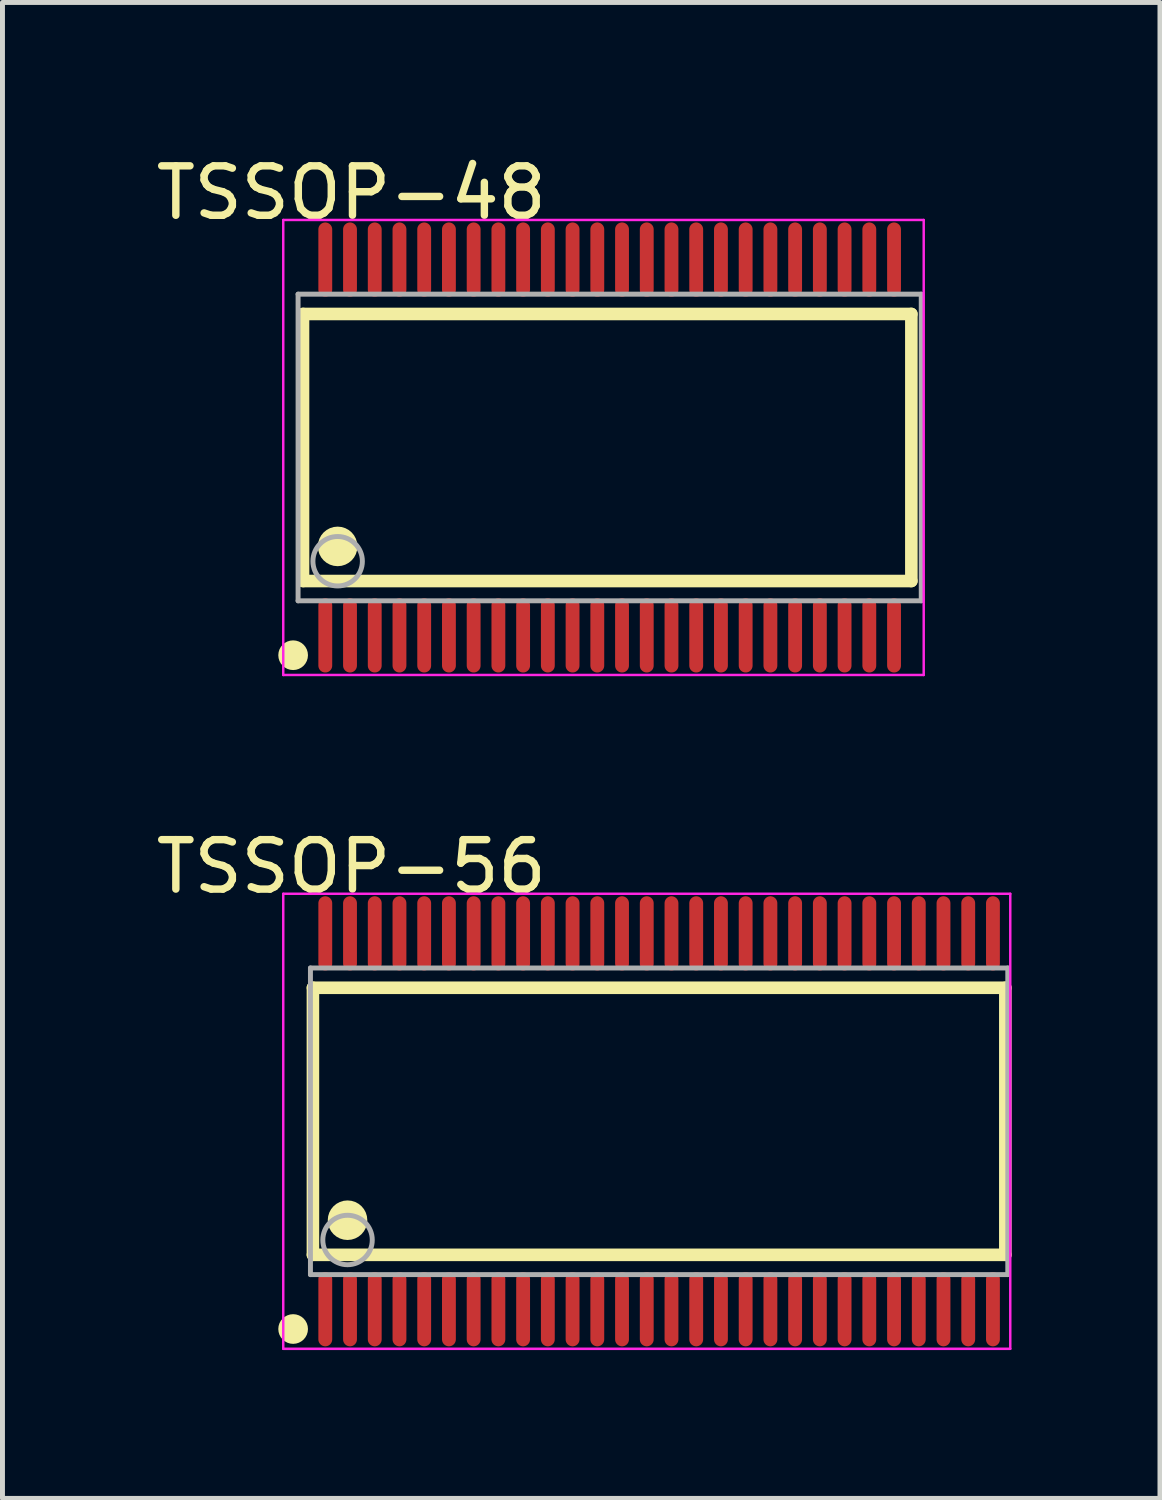
<source format=kicad_pcb>
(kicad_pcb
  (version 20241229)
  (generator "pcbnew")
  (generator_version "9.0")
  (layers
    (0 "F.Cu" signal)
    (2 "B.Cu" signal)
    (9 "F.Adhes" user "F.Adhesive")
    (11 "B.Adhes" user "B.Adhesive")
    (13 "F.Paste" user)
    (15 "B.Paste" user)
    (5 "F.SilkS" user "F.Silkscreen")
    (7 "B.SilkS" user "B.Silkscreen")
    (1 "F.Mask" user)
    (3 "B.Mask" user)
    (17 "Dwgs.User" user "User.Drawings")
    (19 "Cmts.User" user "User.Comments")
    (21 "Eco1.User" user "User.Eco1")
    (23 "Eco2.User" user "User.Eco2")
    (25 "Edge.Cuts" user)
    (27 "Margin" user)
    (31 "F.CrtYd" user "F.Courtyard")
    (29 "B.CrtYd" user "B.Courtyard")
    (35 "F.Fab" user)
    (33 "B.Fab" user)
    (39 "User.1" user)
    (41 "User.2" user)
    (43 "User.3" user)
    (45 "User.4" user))
  (footprint "TSSOP-48"
    (layer "F.Cu")
    (at 9.277 5.998)
    (property "Reference" "TSSOP-48" (at -5.224 -5.15 0) (layer "F.SilkS") (effects (font (size 1 1) (thickness 0.15))))
    (attr through_hole)
    (fp_line (start -6.2 -2.7) (end 6.1 -2.7) (stroke (width 0.254) (type solid)) (layer "F.SilkS"))
    (fp_line (start -6.2 2.7) (end -6.2 -2.7) (stroke (width 0.254) (type solid)) (layer "F.SilkS"))
    (fp_line (start -6.2 2.7) (end 6.1 2.7) (stroke (width 0.254) (type solid)) (layer "F.SilkS"))
    (fp_line (start 6.1 2.7) (end 6.1 -2.7) (stroke (width 0.254) (type solid)) (layer "F.SilkS"))
    (fp_circle (center -6.4 4.2) (end -6.25 4.2) (stroke (width 0.3) (type solid)) (fill no) (layer "F.SilkS"))
    (fp_circle (center -5.5 2) (end -5.3 2) (stroke (width 0.4) (type solid)) (fill no) (layer "F.SilkS"))
    (fp_line (start -6.6 -4.6) (end 6.35 -4.6) (stroke (width 0.05) (type solid)) (layer "F.CrtYd"))
    (fp_line (start -6.6 4.6) (end -6.6 -4.6) (stroke (width 0.05) (type solid)) (layer "F.CrtYd"))
    (fp_line (start 6.35 -4.6) (end 6.35 4.6) (stroke (width 0.05) (type solid)) (layer "F.CrtYd"))
    (fp_line (start 6.35 4.6) (end -6.6 4.6) (stroke (width 0.05) (type solid)) (layer "F.CrtYd"))
    (fp_line (start -6.3 -3.1) (end 6.3 -3.1) (stroke (width 0.1) (type solid)) (layer "F.Fab"))
    (fp_line (start -6.3 3.1) (end -6.3 -3.1) (stroke (width 0.1) (type solid)) (layer "F.Fab"))
    (fp_line (start -6.3 3.1) (end 6.3 3.1) (stroke (width 0.1) (type solid)) (layer "F.Fab"))
    (fp_line (start 6.3 3.1) (end 6.3 -3.1) (stroke (width 0.1) (type solid)) (layer "F.Fab"))
    (fp_circle (center -5.5 2.3) (end -5 2.3) (stroke (width 0.1) (type solid)) (fill no) (layer "F.Fab"))
    (pad "1" smd oval (at -5.75 3.8) (size 0.28 1.5) (layers "F.Cu" "F.Mask" "F.Paste"))
    (pad "2" smd oval (at -5.25 3.8) (size 0.28 1.5) (layers "F.Cu" "F.Mask" "F.Paste"))
    (pad "3" smd oval (at -4.75 3.8) (size 0.28 1.5) (layers "F.Cu" "F.Mask" "F.Paste"))
    (pad "4" smd oval (at -4.25 3.8) (size 0.28 1.5) (layers "F.Cu" "F.Mask" "F.Paste"))
    (pad "5" smd oval (at -3.75 3.8) (size 0.28 1.5) (layers "F.Cu" "F.Mask" "F.Paste"))
    (pad "6" smd oval (at -3.25 3.8) (size 0.28 1.5) (layers "F.Cu" "F.Mask" "F.Paste"))
    (pad "7" smd oval (at -2.75 3.8) (size 0.28 1.5) (layers "F.Cu" "F.Mask" "F.Paste"))
    (pad "8" smd oval (at -2.25 3.8) (size 0.28 1.5) (layers "F.Cu" "F.Mask" "F.Paste"))
    (pad "9" smd oval (at -1.75 3.8) (size 0.28 1.5) (layers "F.Cu" "F.Mask" "F.Paste"))
    (pad "10" smd oval (at -1.25 3.8) (size 0.28 1.5) (layers "F.Cu" "F.Mask" "F.Paste"))
    (pad "11" smd oval (at -0.75 3.8) (size 0.28 1.5) (layers "F.Cu" "F.Mask" "F.Paste"))
    (pad "12" smd oval (at -0.25 3.8) (size 0.28 1.5) (layers "F.Cu" "F.Mask" "F.Paste"))
    (pad "13" smd oval (at 0.25 3.8) (size 0.28 1.5) (layers "F.Cu" "F.Mask" "F.Paste"))
    (pad "14" smd oval (at 0.75 3.8) (size 0.28 1.5) (layers "F.Cu" "F.Mask" "F.Paste"))
    (pad "15" smd oval (at 1.25 3.8) (size 0.28 1.5) (layers "F.Cu" "F.Mask" "F.Paste"))
    (pad "16" smd oval (at 1.75 3.8) (size 0.28 1.5) (layers "F.Cu" "F.Mask" "F.Paste"))
    (pad "17" smd oval (at 2.25 3.8) (size 0.28 1.5) (layers "F.Cu" "F.Mask" "F.Paste"))
    (pad "18" smd oval (at 2.75 3.8) (size 0.28 1.5) (layers "F.Cu" "F.Mask" "F.Paste"))
    (pad "19" smd oval (at 3.25 3.8) (size 0.28 1.5) (layers "F.Cu" "F.Mask" "F.Paste"))
    (pad "20" smd oval (at 3.75 3.8) (size 0.28 1.5) (layers "F.Cu" "F.Mask" "F.Paste"))
    (pad "21" smd oval (at 4.25 3.8) (size 0.28 1.5) (layers "F.Cu" "F.Mask" "F.Paste"))
    (pad "22" smd oval (at 4.75 3.8) (size 0.28 1.5) (layers "F.Cu" "F.Mask" "F.Paste"))
    (pad "23" smd oval (at 5.25 3.8) (size 0.28 1.5) (layers "F.Cu" "F.Mask" "F.Paste"))
    (pad "24" smd oval (at 5.75 3.8) (size 0.28 1.5) (layers "F.Cu" "F.Mask" "F.Paste"))
    (pad "25" smd oval (at 5.75 -3.8) (size 0.28 1.5) (layers "F.Cu" "F.Mask" "F.Paste"))
    (pad "26" smd oval (at 5.25 -3.8) (size 0.28 1.5) (layers "F.Cu" "F.Mask" "F.Paste"))
    (pad "27" smd oval (at 4.75 -3.8) (size 0.28 1.5) (layers "F.Cu" "F.Mask" "F.Paste"))
    (pad "28" smd oval (at 4.25 -3.8) (size 0.28 1.5) (layers "F.Cu" "F.Mask" "F.Paste"))
    (pad "29" smd oval (at 3.75 -3.8) (size 0.28 1.5) (layers "F.Cu" "F.Mask" "F.Paste"))
    (pad "30" smd oval (at 3.25 -3.8) (size 0.28 1.5) (layers "F.Cu" "F.Mask" "F.Paste"))
    (pad "31" smd oval (at 2.75 -3.8) (size 0.28 1.5) (layers "F.Cu" "F.Mask" "F.Paste"))
    (pad "32" smd oval (at 2.25 -3.8) (size 0.28 1.5) (layers "F.Cu" "F.Mask" "F.Paste"))
    (pad "33" smd oval (at 1.75 -3.8) (size 0.28 1.5) (layers "F.Cu" "F.Mask" "F.Paste"))
    (pad "34" smd oval (at 1.25 -3.8) (size 0.28 1.5) (layers "F.Cu" "F.Mask" "F.Paste"))
    (pad "35" smd oval (at 0.75 -3.8) (size 0.28 1.5) (layers "F.Cu" "F.Mask" "F.Paste"))
    (pad "36" smd oval (at 0.25 -3.8) (size 0.28 1.5) (layers "F.Cu" "F.Mask" "F.Paste"))
    (pad "37" smd oval (at -0.25 -3.8) (size 0.28 1.5) (layers "F.Cu" "F.Mask" "F.Paste"))
    (pad "38" smd oval (at -0.75 -3.8) (size 0.28 1.5) (layers "F.Cu" "F.Mask" "F.Paste"))
    (pad "39" smd oval (at -1.25 -3.8) (size 0.28 1.5) (layers "F.Cu" "F.Mask" "F.Paste"))
    (pad "40" smd oval (at -1.75 -3.8) (size 0.28 1.5) (layers "F.Cu" "F.Mask" "F.Paste"))
    (pad "41" smd oval (at -2.25 -3.8) (size 0.28 1.5) (layers "F.Cu" "F.Mask" "F.Paste"))
    (pad "42" smd oval (at -2.75 -3.8) (size 0.28 1.5) (layers "F.Cu" "F.Mask" "F.Paste"))
    (pad "43" smd oval (at -3.25 -3.8) (size 0.28 1.5) (layers "F.Cu" "F.Mask" "F.Paste"))
    (pad "44" smd oval (at -3.75 -3.8) (size 0.28 1.5) (layers "F.Cu" "F.Mask" "F.Paste"))
    (pad "45" smd oval (at -4.25 -3.8) (size 0.28 1.5) (layers "F.Cu" "F.Mask" "F.Paste"))
    (pad "46" smd oval (at -4.75 -3.8) (size 0.28 1.5) (layers "F.Cu" "F.Mask" "F.Paste"))
    (pad "47" smd oval (at -5.25 -3.8) (size 0.28 1.5) (layers "F.Cu" "F.Mask" "F.Paste"))
    (pad "48" smd oval (at -5.75 -3.8) (size 0.28 1.5) (layers "F.Cu" "F.Mask" "F.Paste")))
  (footprint "TSSOP-56"
    (layer "F.Cu")
    (at 10.277 19.622)
    (property "Reference" "TSSOP-56" (at -6.224 -5.15 0) (layer "F.SilkS") (effects (font (size 1 1) (thickness 0.15))))
    (attr through_hole)
    (fp_line (start -7 -2.7) (end 7 -2.7) (stroke (width 0.254) (type solid)) (layer "F.SilkS"))
    (fp_line (start -7 2.7) (end -7 -2.7) (stroke (width 0.254) (type solid)) (layer "F.SilkS"))
    (fp_line (start -7 2.7) (end 7 2.7) (stroke (width 0.254) (type solid)) (layer "F.SilkS"))
    (fp_line (start 7 2.7) (end 7 -2.7) (stroke (width 0.254) (type solid)) (layer "F.SilkS"))
    (fp_circle (center -7.4 4.2) (end -7.25 4.2) (stroke (width 0.3) (type solid)) (fill no) (layer "F.SilkS"))
    (fp_circle (center -6.3 2) (end -6.1 2) (stroke (width 0.4) (type solid)) (fill no) (layer "F.SilkS"))
    (fp_line (start -7.6 -4.6) (end 7.1 -4.6) (stroke (width 0.05) (type solid)) (layer "F.CrtYd"))
    (fp_line (start -7.6 4.6) (end -7.6 -4.6) (stroke (width 0.05) (type solid)) (layer "F.CrtYd"))
    (fp_line (start 7.1 -4.6) (end 7.1 4.6) (stroke (width 0.05) (type solid)) (layer "F.CrtYd"))
    (fp_line (start 7.1 4.6) (end -7.6 4.6) (stroke (width 0.05) (type solid)) (layer "F.CrtYd"))
    (fp_line (start -7.05 -3.1) (end 7.05 -3.1) (stroke (width 0.1) (type solid)) (layer "F.Fab"))
    (fp_line (start -7.05 3.1) (end -7.05 -3.1) (stroke (width 0.1) (type solid)) (layer "F.Fab"))
    (fp_line (start -7.05 3.1) (end 7.05 3.1) (stroke (width 0.1) (type solid)) (layer "F.Fab"))
    (fp_line (start 7.05 3.1) (end 7.05 -3.1) (stroke (width 0.1) (type solid)) (layer "F.Fab"))
    (fp_circle (center -6.3 2.4) (end -5.8 2.4) (stroke (width 0.1) (type solid)) (fill no) (layer "F.Fab"))
    (pad "1" smd oval (at -6.75 3.8) (size 0.28 1.5) (layers "F.Cu" "F.Mask" "F.Paste"))
    (pad "2" smd oval (at -6.25 3.8) (size 0.28 1.5) (layers "F.Cu" "F.Mask" "F.Paste"))
    (pad "3" smd oval (at -5.75 3.8) (size 0.28 1.5) (layers "F.Cu" "F.Mask" "F.Paste"))
    (pad "4" smd oval (at -5.25 3.8) (size 0.28 1.5) (layers "F.Cu" "F.Mask" "F.Paste"))
    (pad "5" smd oval (at -4.75 3.8) (size 0.28 1.5) (layers "F.Cu" "F.Mask" "F.Paste"))
    (pad "6" smd oval (at -4.25 3.8) (size 0.28 1.5) (layers "F.Cu" "F.Mask" "F.Paste"))
    (pad "7" smd oval (at -3.75 3.8) (size 0.28 1.5) (layers "F.Cu" "F.Mask" "F.Paste"))
    (pad "8" smd oval (at -3.25 3.8) (size 0.28 1.5) (layers "F.Cu" "F.Mask" "F.Paste"))
    (pad "9" smd oval (at -2.75 3.8) (size 0.28 1.5) (layers "F.Cu" "F.Mask" "F.Paste"))
    (pad "10" smd oval (at -2.25 3.8) (size 0.28 1.5) (layers "F.Cu" "F.Mask" "F.Paste"))
    (pad "11" smd oval (at -1.75 3.8) (size 0.28 1.5) (layers "F.Cu" "F.Mask" "F.Paste"))
    (pad "12" smd oval (at -1.25 3.8) (size 0.28 1.5) (layers "F.Cu" "F.Mask" "F.Paste"))
    (pad "13" smd oval (at -0.75 3.8) (size 0.28 1.5) (layers "F.Cu" "F.Mask" "F.Paste"))
    (pad "14" smd oval (at -0.25 3.8) (size 0.28 1.5) (layers "F.Cu" "F.Mask" "F.Paste"))
    (pad "15" smd oval (at 0.25 3.8) (size 0.28 1.5) (layers "F.Cu" "F.Mask" "F.Paste"))
    (pad "16" smd oval (at 0.75 3.8) (size 0.28 1.5) (layers "F.Cu" "F.Mask" "F.Paste"))
    (pad "17" smd oval (at 1.25 3.8) (size 0.28 1.5) (layers "F.Cu" "F.Mask" "F.Paste"))
    (pad "18" smd oval (at 1.75 3.8) (size 0.28 1.5) (layers "F.Cu" "F.Mask" "F.Paste"))
    (pad "19" smd oval (at 2.25 3.8) (size 0.28 1.5) (layers "F.Cu" "F.Mask" "F.Paste"))
    (pad "20" smd oval (at 2.75 3.8) (size 0.28 1.5) (layers "F.Cu" "F.Mask" "F.Paste"))
    (pad "21" smd oval (at 3.25 3.8) (size 0.28 1.5) (layers "F.Cu" "F.Mask" "F.Paste"))
    (pad "22" smd oval (at 3.75 3.8) (size 0.28 1.5) (layers "F.Cu" "F.Mask" "F.Paste"))
    (pad "23" smd oval (at 4.25 3.8) (size 0.28 1.5) (layers "F.Cu" "F.Mask" "F.Paste"))
    (pad "24" smd oval (at 4.75 3.8) (size 0.28 1.5) (layers "F.Cu" "F.Mask" "F.Paste"))
    (pad "25" smd oval (at 5.25 3.8) (size 0.28 1.5) (layers "F.Cu" "F.Mask" "F.Paste"))
    (pad "26" smd oval (at 5.75 3.8) (size 0.28 1.5) (layers "F.Cu" "F.Mask" "F.Paste"))
    (pad "27" smd oval (at 6.25 3.8) (size 0.28 1.5) (layers "F.Cu" "F.Mask" "F.Paste"))
    (pad "28" smd oval (at 6.75 3.8) (size 0.28 1.5) (layers "F.Cu" "F.Mask" "F.Paste"))
    (pad "29" smd oval (at 6.75 -3.8) (size 0.28 1.5) (layers "F.Cu" "F.Mask" "F.Paste"))
    (pad "30" smd oval (at 6.25 -3.8) (size 0.28 1.5) (layers "F.Cu" "F.Mask" "F.Paste"))
    (pad "31" smd oval (at 5.75 -3.8) (size 0.28 1.5) (layers "F.Cu" "F.Mask" "F.Paste"))
    (pad "32" smd oval (at 5.25 -3.8) (size 0.28 1.5) (layers "F.Cu" "F.Mask" "F.Paste"))
    (pad "33" smd oval (at 4.75 -3.8) (size 0.28 1.5) (layers "F.Cu" "F.Mask" "F.Paste"))
    (pad "34" smd oval (at 4.25 -3.8) (size 0.28 1.5) (layers "F.Cu" "F.Mask" "F.Paste"))
    (pad "35" smd oval (at 3.75 -3.8) (size 0.28 1.5) (layers "F.Cu" "F.Mask" "F.Paste"))
    (pad "36" smd oval (at 3.25 -3.8) (size 0.28 1.5) (layers "F.Cu" "F.Mask" "F.Paste"))
    (pad "37" smd oval (at 2.75 -3.8) (size 0.28 1.5) (layers "F.Cu" "F.Mask" "F.Paste"))
    (pad "38" smd oval (at 2.25 -3.8) (size 0.28 1.5) (layers "F.Cu" "F.Mask" "F.Paste"))
    (pad "39" smd oval (at 1.75 -3.8) (size 0.28 1.5) (layers "F.Cu" "F.Mask" "F.Paste"))
    (pad "40" smd oval (at 1.25 -3.8) (size 0.28 1.5) (layers "F.Cu" "F.Mask" "F.Paste"))
    (pad "41" smd oval (at 0.75 -3.8) (size 0.28 1.5) (layers "F.Cu" "F.Mask" "F.Paste"))
    (pad "42" smd oval (at 0.25 -3.8) (size 0.28 1.5) (layers "F.Cu" "F.Mask" "F.Paste"))
    (pad "43" smd oval (at -0.25 -3.8) (size 0.28 1.5) (layers "F.Cu" "F.Mask" "F.Paste"))
    (pad "44" smd oval (at -0.75 -3.8) (size 0.28 1.5) (layers "F.Cu" "F.Mask" "F.Paste"))
    (pad "45" smd oval (at -1.25 -3.8) (size 0.28 1.5) (layers "F.Cu" "F.Mask" "F.Paste"))
    (pad "46" smd oval (at -1.75 -3.8) (size 0.28 1.5) (layers "F.Cu" "F.Mask" "F.Paste"))
    (pad "47" smd oval (at -2.25 -3.8) (size 0.28 1.5) (layers "F.Cu" "F.Mask" "F.Paste"))
    (pad "48" smd oval (at -2.75 -3.8) (size 0.28 1.5) (layers "F.Cu" "F.Mask" "F.Paste"))
    (pad "49" smd oval (at -3.25 -3.8) (size 0.28 1.5) (layers "F.Cu" "F.Mask" "F.Paste"))
    (pad "50" smd oval (at -3.75 -3.8) (size 0.28 1.5) (layers "F.Cu" "F.Mask" "F.Paste"))
    (pad "51" smd oval (at -4.25 -3.8) (size 0.28 1.5) (layers "F.Cu" "F.Mask" "F.Paste"))
    (pad "52" smd oval (at -4.75 -3.8) (size 0.28 1.5) (layers "F.Cu" "F.Mask" "F.Paste"))
    (pad "53" smd oval (at -5.25 -3.8) (size 0.28 1.5) (layers "F.Cu" "F.Mask" "F.Paste"))
    (pad "54" smd oval (at -5.75 -3.8) (size 0.28 1.5) (layers "F.Cu" "F.Mask" "F.Paste"))
    (pad "55" smd oval (at -6.25 -3.8) (size 0.28 1.5) (layers "F.Cu" "F.Mask" "F.Paste"))
    (pad "56" smd oval (at -6.75 -3.8) (size 0.28 1.5) (layers "F.Cu" "F.Mask" "F.Paste")))
  (gr_rect
    (start -3 -3)
    (end 20.404 27.247)
    (stroke (width 0.1) (type default))
    (fill no)
    (layer "Edge.Cuts")))
</source>
